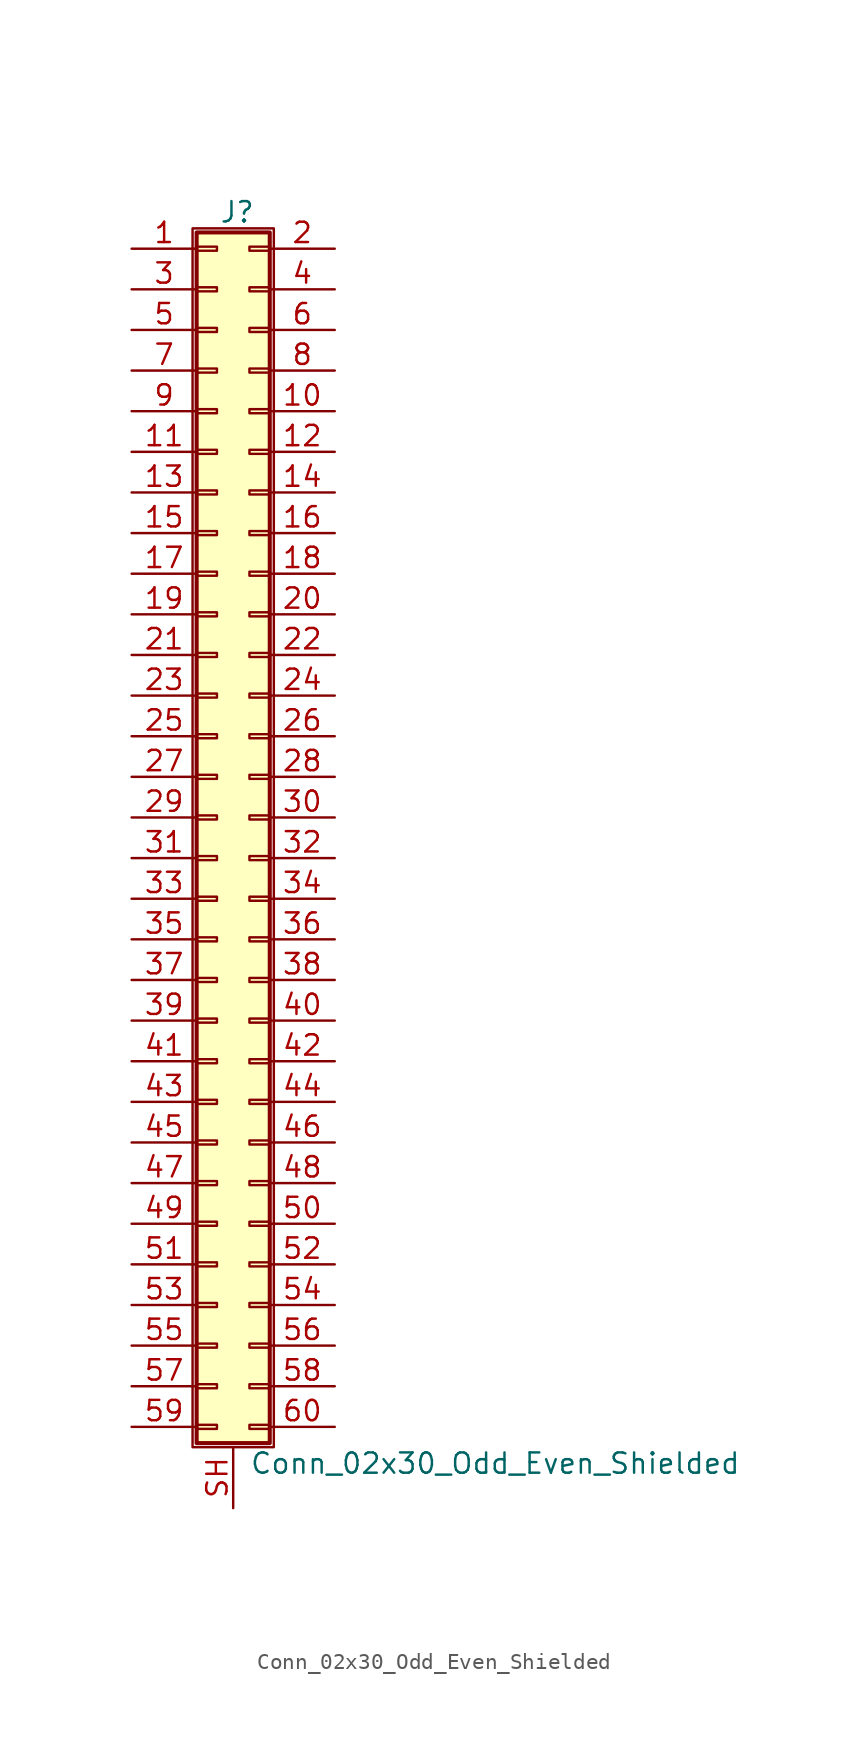
<source format=kicad_sym>
(kicad_symbol_lib
  (version 20211014)
  (generator kicad_symbol_editor)
  (symbol "Conn_02x30_Odd_Even_Shielded"
    (pin_names
      (offset 1.016) hide)
    (property "Reference" "J"
      (at 1.524 37.846 0)
      (effects (font (size 1.27 1.27))))
    (property "Value" "Conn_02x30_Odd_Even_Shielded"
      (at 2.286 -40.386 0)
      (effects (font (size 1.27 1.27)) (justify left)))
    (symbol "Conn_02x30_Odd_Even_Shielded_1_1"
      (rectangle (start -1.27 36.83) (end 3.81 -39.37) (stroke (width 0.152) (type default) (color 0 0 0 0)) (fill (type none)))
      (rectangle (start -1.016 -37.973) (end 0.254 -38.227) (stroke (width 0.152) (type default) (color 0 0 0 0)) (fill (type none)))
      (rectangle (start -1.016 -35.433) (end 0.254 -35.687) (stroke (width 0.152) (type default) (color 0 0 0 0)) (fill (type none)))
      (rectangle (start -1.016 -32.893) (end 0.254 -33.147) (stroke (width 0.152) (type default) (color 0 0 0 0)) (fill (type none)))
      (rectangle (start -1.016 -30.353) (end 0.254 -30.607) (stroke (width 0.152) (type default) (color 0 0 0 0)) (fill (type none)))
      (rectangle (start -1.016 -27.813) (end 0.254 -28.067) (stroke (width 0.152) (type default) (color 0 0 0 0)) (fill (type none)))
      (rectangle (start -1.016 -25.273) (end 0.254 -25.527) (stroke (width 0.152) (type default) (color 0 0 0 0)) (fill (type none)))
      (rectangle (start -1.016 -22.733) (end 0.254 -22.987) (stroke (width 0.152) (type default) (color 0 0 0 0)) (fill (type none)))
      (rectangle (start -1.016 -20.193) (end 0.254 -20.447) (stroke (width 0.152) (type default) (color 0 0 0 0)) (fill (type none)))
      (rectangle (start -1.016 -17.653) (end 0.254 -17.907) (stroke (width 0.152) (type default) (color 0 0 0 0)) (fill (type none)))
      (rectangle (start -1.016 -15.113) (end 0.254 -15.367) (stroke (width 0.152) (type default) (color 0 0 0 0)) (fill (type none)))
      (rectangle (start -1.016 -12.573) (end 0.254 -12.827) (stroke (width 0.152) (type default) (color 0 0 0 0)) (fill (type none)))
      (rectangle (start -1.016 -10.033) (end 0.254 -10.287) (stroke (width 0.152) (type default) (color 0 0 0 0)) (fill (type none)))
      (rectangle (start -1.016 -7.493) (end 0.254 -7.747) (stroke (width 0.152) (type default) (color 0 0 0 0)) (fill (type none)))
      (rectangle (start -1.016 -4.953) (end 0.254 -5.207) (stroke (width 0.152) (type default) (color 0 0 0 0)) (fill (type none)))
      (rectangle (start -1.016 -2.413) (end 0.254 -2.667) (stroke (width 0.152) (type default) (color 0 0 0 0)) (fill (type none)))
      (rectangle (start -1.016 0.127) (end 0.254 -0.127) (stroke (width 0.152) (type default) (color 0 0 0 0)) (fill (type none)))
      (rectangle (start -1.016 2.667) (end 0.254 2.413) (stroke (width 0.152) (type default) (color 0 0 0 0)) (fill (type none)))
      (rectangle (start -1.016 5.207) (end 0.254 4.953) (stroke (width 0.152) (type default) (color 0 0 0 0)) (fill (type none)))
      (rectangle (start -1.016 7.747) (end 0.254 7.493) (stroke (width 0.152) (type default) (color 0 0 0 0)) (fill (type none)))
      (rectangle (start -1.016 10.287) (end 0.254 10.033) (stroke (width 0.152) (type default) (color 0 0 0 0)) (fill (type none)))
      (rectangle (start -1.016 12.827) (end 0.254 12.573) (stroke (width 0.152) (type default) (color 0 0 0 0)) (fill (type none)))
      (rectangle (start -1.016 15.367) (end 0.254 15.113) (stroke (width 0.152) (type default) (color 0 0 0 0)) (fill (type none)))
      (rectangle (start -1.016 17.907) (end 0.254 17.653) (stroke (width 0.152) (type default) (color 0 0 0 0)) (fill (type none)))
      (rectangle (start -1.016 20.447) (end 0.254 20.193) (stroke (width 0.152) (type default) (color 0 0 0 0)) (fill (type none)))
      (rectangle (start -1.016 22.987) (end 0.254 22.733) (stroke (width 0.152) (type default) (color 0 0 0 0)) (fill (type none)))
      (rectangle (start -1.016 25.527) (end 0.254 25.273) (stroke (width 0.152) (type default) (color 0 0 0 0)) (fill (type none)))
      (rectangle (start -1.016 28.067) (end 0.254 27.813) (stroke (width 0.152) (type default) (color 0 0 0 0)) (fill (type none)))
      (rectangle (start -1.016 30.607) (end 0.254 30.353) (stroke (width 0.152) (type default) (color 0 0 0 0)) (fill (type none)))
      (rectangle (start -1.016 33.147) (end 0.254 32.893) (stroke (width 0.152) (type default) (color 0 0 0 0)) (fill (type none)))
      (rectangle (start -1.016 35.687) (end 0.254 35.433) (stroke (width 0.152) (type default) (color 0 0 0 0)) (fill (type none)))
      (rectangle (start -1.016 36.576) (end 3.556 -39.116) (stroke (width 0.254) (type default) (color 0 0 0 0)) (fill (type background)))
      (rectangle (start 3.556 -37.973) (end 2.286 -38.227) (stroke (width 0.152) (type default) (color 0 0 0 0)) (fill (type none)))
      (rectangle (start 3.556 -35.433) (end 2.286 -35.687) (stroke (width 0.152) (type default) (color 0 0 0 0)) (fill (type none)))
      (rectangle (start 3.556 -32.893) (end 2.286 -33.147) (stroke (width 0.152) (type default) (color 0 0 0 0)) (fill (type none)))
      (rectangle (start 3.556 -30.353) (end 2.286 -30.607) (stroke (width 0.152) (type default) (color 0 0 0 0)) (fill (type none)))
      (rectangle (start 3.556 -27.813) (end 2.286 -28.067) (stroke (width 0.152) (type default) (color 0 0 0 0)) (fill (type none)))
      (rectangle (start 3.556 -25.273) (end 2.286 -25.527) (stroke (width 0.152) (type default) (color 0 0 0 0)) (fill (type none)))
      (rectangle (start 3.556 -22.733) (end 2.286 -22.987) (stroke (width 0.152) (type default) (color 0 0 0 0)) (fill (type none)))
      (rectangle (start 3.556 -20.193) (end 2.286 -20.447) (stroke (width 0.152) (type default) (color 0 0 0 0)) (fill (type none)))
      (rectangle (start 3.556 -17.653) (end 2.286 -17.907) (stroke (width 0.152) (type default) (color 0 0 0 0)) (fill (type none)))
      (rectangle (start 3.556 -15.113) (end 2.286 -15.367) (stroke (width 0.152) (type default) (color 0 0 0 0)) (fill (type none)))
      (rectangle (start 3.556 -12.573) (end 2.286 -12.827) (stroke (width 0.152) (type default) (color 0 0 0 0)) (fill (type none)))
      (rectangle (start 3.556 -10.033) (end 2.286 -10.287) (stroke (width 0.152) (type default) (color 0 0 0 0)) (fill (type none)))
      (rectangle (start 3.556 -7.493) (end 2.286 -7.747) (stroke (width 0.152) (type default) (color 0 0 0 0)) (fill (type none)))
      (rectangle (start 3.556 -4.953) (end 2.286 -5.207) (stroke (width 0.152) (type default) (color 0 0 0 0)) (fill (type none)))
      (rectangle (start 3.556 -2.413) (end 2.286 -2.667) (stroke (width 0.152) (type default) (color 0 0 0 0)) (fill (type none)))
      (rectangle (start 3.556 0.127) (end 2.286 -0.127) (stroke (width 0.152) (type default) (color 0 0 0 0)) (fill (type none)))
      (rectangle (start 3.556 2.667) (end 2.286 2.413) (stroke (width 0.152) (type default) (color 0 0 0 0)) (fill (type none)))
      (rectangle (start 3.556 5.207) (end 2.286 4.953) (stroke (width 0.152) (type default) (color 0 0 0 0)) (fill (type none)))
      (rectangle (start 3.556 7.747) (end 2.286 7.493) (stroke (width 0.152) (type default) (color 0 0 0 0)) (fill (type none)))
      (rectangle (start 3.556 10.287) (end 2.286 10.033) (stroke (width 0.152) (type default) (color 0 0 0 0)) (fill (type none)))
      (rectangle (start 3.556 12.827) (end 2.286 12.573) (stroke (width 0.152) (type default) (color 0 0 0 0)) (fill (type none)))
      (rectangle (start 3.556 15.367) (end 2.286 15.113) (stroke (width 0.152) (type default) (color 0 0 0 0)) (fill (type none)))
      (rectangle (start 3.556 17.907) (end 2.286 17.653) (stroke (width 0.152) (type default) (color 0 0 0 0)) (fill (type none)))
      (rectangle (start 3.556 20.447) (end 2.286 20.193) (stroke (width 0.152) (type default) (color 0 0 0 0)) (fill (type none)))
      (rectangle (start 3.556 22.987) (end 2.286 22.733) (stroke (width 0.152) (type default) (color 0 0 0 0)) (fill (type none)))
      (rectangle (start 3.556 25.527) (end 2.286 25.273) (stroke (width 0.152) (type default) (color 0 0 0 0)) (fill (type none)))
      (rectangle (start 3.556 28.067) (end 2.286 27.813) (stroke (width 0.152) (type default) (color 0 0 0 0)) (fill (type none)))
      (rectangle (start 3.556 30.607) (end 2.286 30.353) (stroke (width 0.152) (type default) (color 0 0 0 0)) (fill (type none)))
      (rectangle (start 3.556 33.147) (end 2.286 32.893) (stroke (width 0.152) (type default) (color 0 0 0 0)) (fill (type none)))
      (rectangle (start 3.556 35.687) (end 2.286 35.433) (stroke (width 0.152) (type default) (color 0 0 0 0)) (fill (type none)))
      (pin passive line (at -5.08 35.56 0) (length 4.064) (name "Pin_1" (effects (font (size 1.27 1.27)))) (number "1" (effects (font (size 1.27 1.27)))))
      (pin passive line (at 7.62 25.4 180) (length 4.064) (name "Pin_10" (effects (font (size 1.27 1.27)))) (number "10" (effects (font (size 1.27 1.27)))))
      (pin passive line (at -5.08 22.86 0) (length 4.064) (name "Pin_11" (effects (font (size 1.27 1.27)))) (number "11" (effects (font (size 1.27 1.27)))))
      (pin passive line (at 7.62 22.86 180) (length 4.064) (name "Pin_12" (effects (font (size 1.27 1.27)))) (number "12" (effects (font (size 1.27 1.27)))))
      (pin passive line (at -5.08 20.32 0) (length 4.064) (name "Pin_13" (effects (font (size 1.27 1.27)))) (number "13" (effects (font (size 1.27 1.27)))))
      (pin passive line (at 7.62 20.32 180) (length 4.064) (name "Pin_14" (effects (font (size 1.27 1.27)))) (number "14" (effects (font (size 1.27 1.27)))))
      (pin passive line (at -5.08 17.78 0) (length 4.064) (name "Pin_15" (effects (font (size 1.27 1.27)))) (number "15" (effects (font (size 1.27 1.27)))))
      (pin passive line (at 7.62 17.78 180) (length 4.064) (name "Pin_16" (effects (font (size 1.27 1.27)))) (number "16" (effects (font (size 1.27 1.27)))))
      (pin passive line (at -5.08 15.24 0) (length 4.064) (name "Pin_17" (effects (font (size 1.27 1.27)))) (number "17" (effects (font (size 1.27 1.27)))))
      (pin passive line (at 7.62 15.24 180) (length 4.064) (name "Pin_18" (effects (font (size 1.27 1.27)))) (number "18" (effects (font (size 1.27 1.27)))))
      (pin passive line (at -5.08 12.7 0) (length 4.064) (name "Pin_19" (effects (font (size 1.27 1.27)))) (number "19" (effects (font (size 1.27 1.27)))))
      (pin passive line (at 7.62 35.56 180) (length 4.064) (name "Pin_2" (effects (font (size 1.27 1.27)))) (number "2" (effects (font (size 1.27 1.27)))))
      (pin passive line (at 7.62 12.7 180) (length 4.064) (name "Pin_20" (effects (font (size 1.27 1.27)))) (number "20" (effects (font (size 1.27 1.27)))))
      (pin passive line (at -5.08 10.16 0) (length 4.064) (name "Pin_21" (effects (font (size 1.27 1.27)))) (number "21" (effects (font (size 1.27 1.27)))))
      (pin passive line (at 7.62 10.16 180) (length 4.064) (name "Pin_22" (effects (font (size 1.27 1.27)))) (number "22" (effects (font (size 1.27 1.27)))))
      (pin passive line (at -5.08 7.62 0) (length 4.064) (name "Pin_23" (effects (font (size 1.27 1.27)))) (number "23" (effects (font (size 1.27 1.27)))))
      (pin passive line (at 7.62 7.62 180) (length 4.064) (name "Pin_24" (effects (font (size 1.27 1.27)))) (number "24" (effects (font (size 1.27 1.27)))))
      (pin passive line (at -5.08 5.08 0) (length 4.064) (name "Pin_25" (effects (font (size 1.27 1.27)))) (number "25" (effects (font (size 1.27 1.27)))))
      (pin passive line (at 7.62 5.08 180) (length 4.064) (name "Pin_26" (effects (font (size 1.27 1.27)))) (number "26" (effects (font (size 1.27 1.27)))))
      (pin passive line (at -5.08 2.54 0) (length 4.064) (name "Pin_27" (effects (font (size 1.27 1.27)))) (number "27" (effects (font (size 1.27 1.27)))))
      (pin passive line (at 7.62 2.54 180) (length 4.064) (name "Pin_28" (effects (font (size 1.27 1.27)))) (number "28" (effects (font (size 1.27 1.27)))))
      (pin passive line (at -5.08 0 0) (length 4.064) (name "Pin_29" (effects (font (size 1.27 1.27)))) (number "29" (effects (font (size 1.27 1.27)))))
      (pin passive line (at -5.08 33.02 0) (length 4.064) (name "Pin_3" (effects (font (size 1.27 1.27)))) (number "3" (effects (font (size 1.27 1.27)))))
      (pin passive line (at 7.62 0 180) (length 4.064) (name "Pin_30" (effects (font (size 1.27 1.27)))) (number "30" (effects (font (size 1.27 1.27)))))
      (pin passive line (at -5.08 -2.54 0) (length 4.064) (name "Pin_31" (effects (font (size 1.27 1.27)))) (number "31" (effects (font (size 1.27 1.27)))))
      (pin passive line (at 7.62 -2.54 180) (length 4.064) (name "Pin_32" (effects (font (size 1.27 1.27)))) (number "32" (effects (font (size 1.27 1.27)))))
      (pin passive line (at -5.08 -5.08 0) (length 4.064) (name "Pin_33" (effects (font (size 1.27 1.27)))) (number "33" (effects (font (size 1.27 1.27)))))
      (pin passive line (at 7.62 -5.08 180) (length 4.064) (name "Pin_34" (effects (font (size 1.27 1.27)))) (number "34" (effects (font (size 1.27 1.27)))))
      (pin passive line (at -5.08 -7.62 0) (length 4.064) (name "Pin_35" (effects (font (size 1.27 1.27)))) (number "35" (effects (font (size 1.27 1.27)))))
      (pin passive line (at 7.62 -7.62 180) (length 4.064) (name "Pin_36" (effects (font (size 1.27 1.27)))) (number "36" (effects (font (size 1.27 1.27)))))
      (pin passive line (at -5.08 -10.16 0) (length 4.064) (name "Pin_37" (effects (font (size 1.27 1.27)))) (number "37" (effects (font (size 1.27 1.27)))))
      (pin passive line (at 7.62 -10.16 180) (length 4.064) (name "Pin_38" (effects (font (size 1.27 1.27)))) (number "38" (effects (font (size 1.27 1.27)))))
      (pin passive line (at -5.08 -12.7 0) (length 4.064) (name "Pin_39" (effects (font (size 1.27 1.27)))) (number "39" (effects (font (size 1.27 1.27)))))
      (pin passive line (at 7.62 33.02 180) (length 4.064) (name "Pin_4" (effects (font (size 1.27 1.27)))) (number "4" (effects (font (size 1.27 1.27)))))
      (pin passive line (at 7.62 -12.7 180) (length 4.064) (name "Pin_40" (effects (font (size 1.27 1.27)))) (number "40" (effects (font (size 1.27 1.27)))))
      (pin passive line (at -5.08 -15.24 0) (length 4.064) (name "Pin_41" (effects (font (size 1.27 1.27)))) (number "41" (effects (font (size 1.27 1.27)))))
      (pin passive line (at 7.62 -15.24 180) (length 4.064) (name "Pin_42" (effects (font (size 1.27 1.27)))) (number "42" (effects (font (size 1.27 1.27)))))
      (pin passive line (at -5.08 -17.78 0) (length 4.064) (name "Pin_43" (effects (font (size 1.27 1.27)))) (number "43" (effects (font (size 1.27 1.27)))))
      (pin passive line (at 7.62 -17.78 180) (length 4.064) (name "Pin_44" (effects (font (size 1.27 1.27)))) (number "44" (effects (font (size 1.27 1.27)))))
      (pin passive line (at -5.08 -20.32 0) (length 4.064) (name "Pin_45" (effects (font (size 1.27 1.27)))) (number "45" (effects (font (size 1.27 1.27)))))
      (pin passive line (at 7.62 -20.32 180) (length 4.064) (name "Pin_46" (effects (font (size 1.27 1.27)))) (number "46" (effects (font (size 1.27 1.27)))))
      (pin passive line (at -5.08 -22.86 0) (length 4.064) (name "Pin_47" (effects (font (size 1.27 1.27)))) (number "47" (effects (font (size 1.27 1.27)))))
      (pin passive line (at 7.62 -22.86 180) (length 4.064) (name "Pin_48" (effects (font (size 1.27 1.27)))) (number "48" (effects (font (size 1.27 1.27)))))
      (pin passive line (at -5.08 -25.4 0) (length 4.064) (name "Pin_49" (effects (font (size 1.27 1.27)))) (number "49" (effects (font (size 1.27 1.27)))))
      (pin passive line (at -5.08 30.48 0) (length 4.064) (name "Pin_5" (effects (font (size 1.27 1.27)))) (number "5" (effects (font (size 1.27 1.27)))))
      (pin passive line (at 7.62 -25.4 180) (length 4.064) (name "Pin_50" (effects (font (size 1.27 1.27)))) (number "50" (effects (font (size 1.27 1.27)))))
      (pin passive line (at -5.08 -27.94 0) (length 4.064) (name "Pin_51" (effects (font (size 1.27 1.27)))) (number "51" (effects (font (size 1.27 1.27)))))
      (pin passive line (at 7.62 -27.94 180) (length 4.064) (name "Pin_52" (effects (font (size 1.27 1.27)))) (number "52" (effects (font (size 1.27 1.27)))))
      (pin passive line (at -5.08 -30.48 0) (length 4.064) (name "Pin_53" (effects (font (size 1.27 1.27)))) (number "53" (effects (font (size 1.27 1.27)))))
      (pin passive line (at 7.62 -30.48 180) (length 4.064) (name "Pin_54" (effects (font (size 1.27 1.27)))) (number "54" (effects (font (size 1.27 1.27)))))
      (pin passive line (at -5.08 -33.02 0) (length 4.064) (name "Pin_55" (effects (font (size 1.27 1.27)))) (number "55" (effects (font (size 1.27 1.27)))))
      (pin passive line (at 7.62 -33.02 180) (length 4.064) (name "Pin_56" (effects (font (size 1.27 1.27)))) (number "56" (effects (font (size 1.27 1.27)))))
      (pin passive line (at -5.08 -35.56 0) (length 4.064) (name "Pin_57" (effects (font (size 1.27 1.27)))) (number "57" (effects (font (size 1.27 1.27)))))
      (pin passive line (at 7.62 -35.56 180) (length 4.064) (name "Pin_58" (effects (font (size 1.27 1.27)))) (number "58" (effects (font (size 1.27 1.27)))))
      (pin passive line (at -5.08 -38.1 0) (length 4.064) (name "Pin_59" (effects (font (size 1.27 1.27)))) (number "59" (effects (font (size 1.27 1.27)))))
      (pin passive line (at 7.62 30.48 180) (length 4.064) (name "Pin_6" (effects (font (size 1.27 1.27)))) (number "6" (effects (font (size 1.27 1.27)))))
      (pin passive line (at 7.62 -38.1 180) (length 4.064) (name "Pin_60" (effects (font (size 1.27 1.27)))) (number "60" (effects (font (size 1.27 1.27)))))
      (pin passive line (at -5.08 27.94 0) (length 4.064) (name "Pin_7" (effects (font (size 1.27 1.27)))) (number "7" (effects (font (size 1.27 1.27)))))
      (pin passive line (at 7.62 27.94 180) (length 4.064) (name "Pin_8" (effects (font (size 1.27 1.27)))) (number "8" (effects (font (size 1.27 1.27)))))
      (pin passive line (at -5.08 25.4 0) (length 4.064) (name "Pin_9" (effects (font (size 1.27 1.27)))) (number "9" (effects (font (size 1.27 1.27)))))
      (pin passive line (at 1.27 -43.18 90) (length 3.81) (name "Shield" (effects (font (size 1.27 1.27)))) (number "SH" (effects (font (size 1.27 1.27))))))))
</source>
